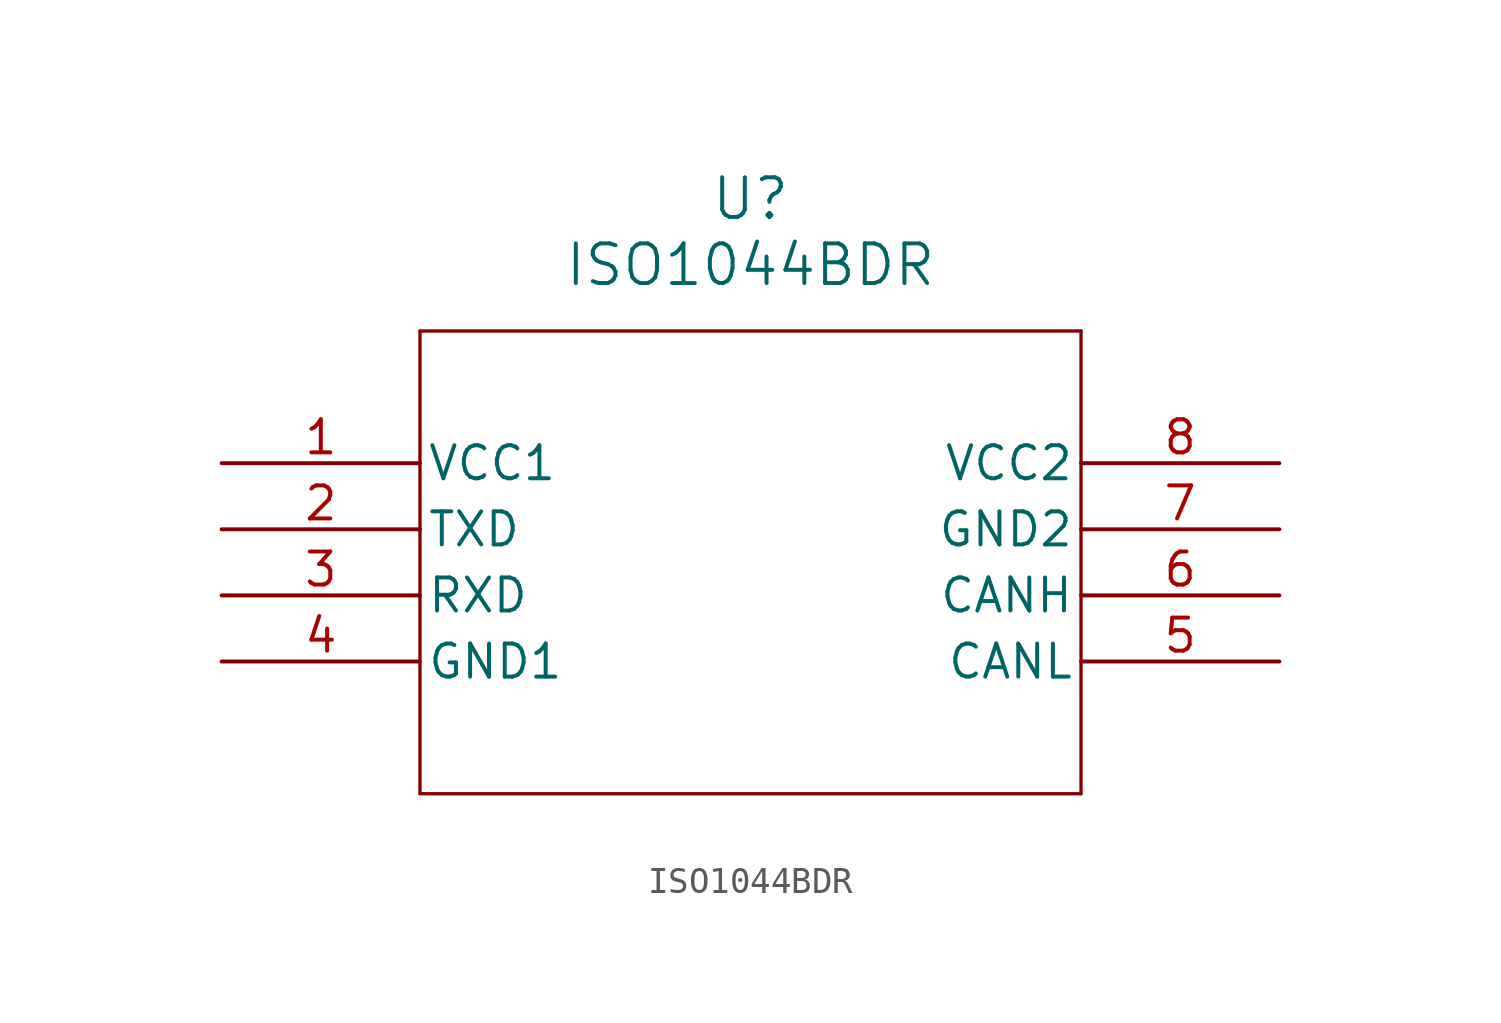
<source format=kicad_sym>
(kicad_symbol_lib
  (version 20211014)
  (generator kicad_symbol_editor)
  (symbol "ISO1044BDR"
    (pin_names
      (offset 0.254))
    (property "Reference" "U"
      (at 20.32 10.16 0)
      (effects (font (size 1.524 1.524))))
    (property "Value" "ISO1044BDR"
      (at 20.32 7.62 0)
      (effects (font (size 1.524 1.524))))
    (symbol "ISO1044BDR_0_1"
      (polyline (pts (xy 7.62 5.08) (xy 7.62 -12.7)) (stroke (width 0.127) (type default) (color 0 0 0 0)) (fill (type none)))
      (polyline (pts (xy 7.62 -12.7) (xy 33.02 -12.7)) (stroke (width 0.127) (type default) (color 0 0 0 0)) (fill (type none)))
      (polyline (pts (xy 33.02 -12.7) (xy 33.02 5.08)) (stroke (width 0.127) (type default) (color 0 0 0 0)) (fill (type none)))
      (polyline (pts (xy 33.02 5.08) (xy 7.62 5.08)) (stroke (width 0.127) (type default) (color 0 0 0 0)) (fill (type none)))
      (pin power_in line (at 0 0 0) (length 7.62) (name "VCC1" (effects (font (size 1.27 1.27)))) (number "1" (effects (font (size 1.27 1.27)))))
      (pin unspecified line (at 0 -2.54 0) (length 7.62) (name "TXD" (effects (font (size 1.27 1.27)))) (number "2" (effects (font (size 1.27 1.27)))))
      (pin unspecified line (at 0 -5.08 0) (length 7.62) (name "RXD" (effects (font (size 1.27 1.27)))) (number "3" (effects (font (size 1.27 1.27)))))
      (pin power_out line (at 0 -7.62 0) (length 7.62) (name "GND1" (effects (font (size 1.27 1.27)))) (number "4" (effects (font (size 1.27 1.27)))))
      (pin unspecified line (at 40.64 -7.62 180) (length 7.62) (name "CANL" (effects (font (size 1.27 1.27)))) (number "5" (effects (font (size 1.27 1.27)))))
      (pin unspecified line (at 40.64 -5.08 180) (length 7.62) (name "CANH" (effects (font (size 1.27 1.27)))) (number "6" (effects (font (size 1.27 1.27)))))
      (pin power_out line (at 40.64 -2.54 180) (length 7.62) (name "GND2" (effects (font (size 1.27 1.27)))) (number "7" (effects (font (size 1.27 1.27)))))
      (pin power_in line (at 40.64 0 180) (length 7.62) (name "VCC2" (effects (font (size 1.27 1.27)))) (number "8" (effects (font (size 1.27 1.27))))))))
</source>
